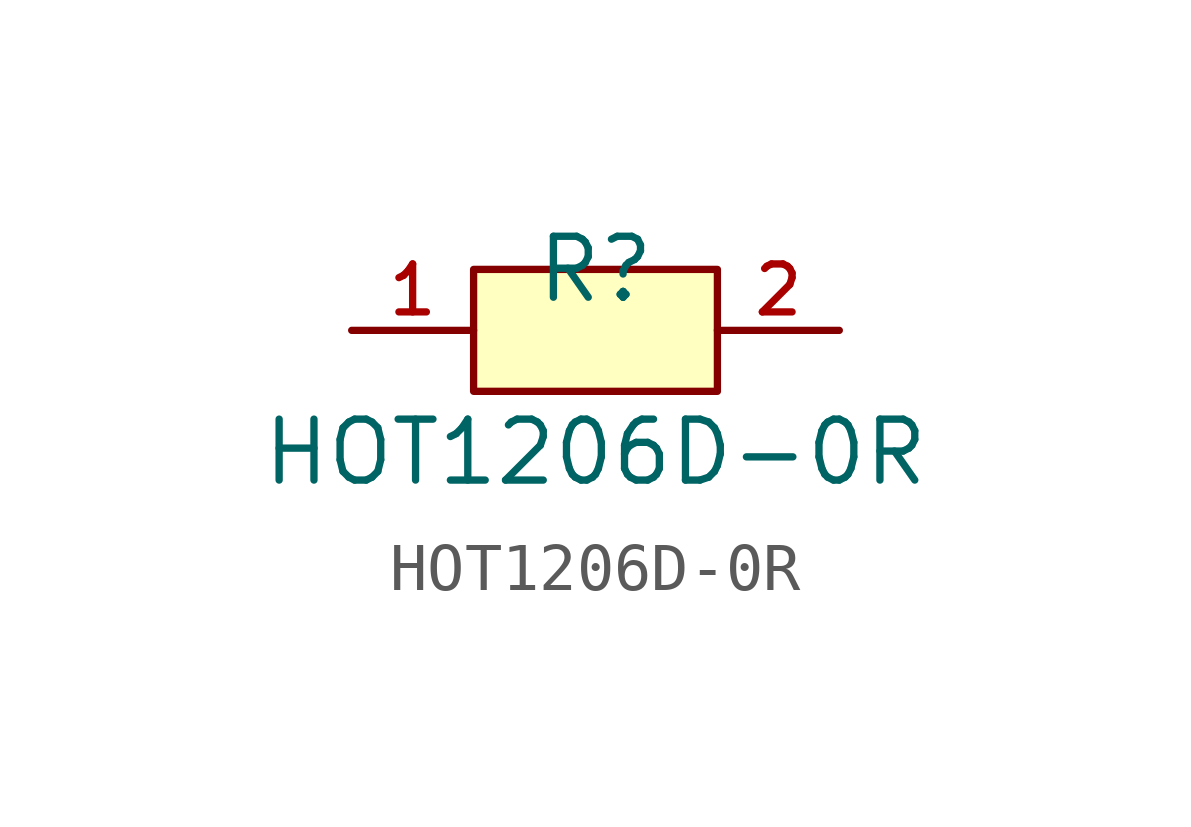
<source format=kicad_sym>
(kicad_symbol_lib
  (version 20210201)
  (generator TousstNicolas/JLC2KiCad_lib)
  (symbol "HOT1206D-0R"
    (pin_names hide)
    (property "Reference" "R"
      (at 0 1.27 0)
      (effects (font (size 1.27 1.27))))
    (property "Value" "HOT1206D-0R"
      (at 0 -2.54 0)
      (effects (font (size 1.27 1.27))))
    (symbol "HOT1206D-0R_0_1"
      (rectangle (start -2.54 1.27) (end 2.54 -1.27) (stroke (width 0) (type default) (color 0 0 0 0)) (fill (type background)))
      (pin unspecified line (at 5.08 -0.0 180) (length 2.54) (name "2" (effects (font (size 1 1)))) (number "2" (effects (font (size 1 1)))))
      (pin unspecified line (at -5.08 -0.0 0) (length 2.54) (name "1" (effects (font (size 1 1)))) (number "1" (effects (font (size 1 1))))))))
</source>
